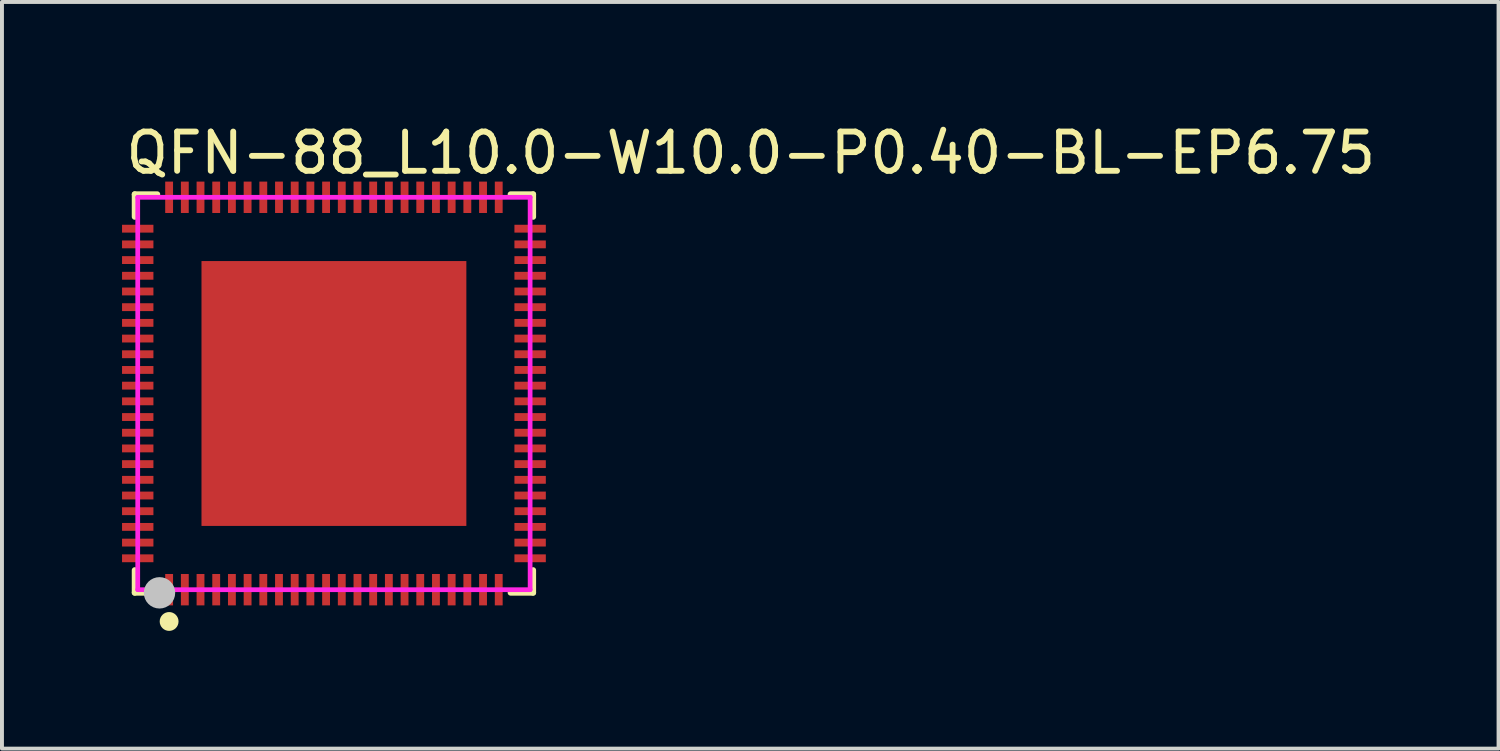
<source format=kicad_pcb>
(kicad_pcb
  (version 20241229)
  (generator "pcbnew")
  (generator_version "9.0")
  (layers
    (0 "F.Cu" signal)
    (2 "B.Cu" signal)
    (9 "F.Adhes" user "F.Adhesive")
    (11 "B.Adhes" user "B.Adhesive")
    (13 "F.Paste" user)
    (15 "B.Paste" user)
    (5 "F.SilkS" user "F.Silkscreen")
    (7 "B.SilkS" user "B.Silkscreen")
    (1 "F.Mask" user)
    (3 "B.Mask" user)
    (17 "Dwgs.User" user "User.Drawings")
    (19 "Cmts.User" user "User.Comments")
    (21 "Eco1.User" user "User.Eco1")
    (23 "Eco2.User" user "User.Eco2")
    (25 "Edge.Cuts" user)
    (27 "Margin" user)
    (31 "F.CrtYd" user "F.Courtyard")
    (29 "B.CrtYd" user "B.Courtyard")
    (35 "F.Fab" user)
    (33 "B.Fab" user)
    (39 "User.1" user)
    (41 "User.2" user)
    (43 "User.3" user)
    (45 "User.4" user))
  (footprint "QFN-88_L10.0-W10.0-P0.40-BL-EP6.75"
    (layer "F.Cu")
    (at 5.46 6.978)
    (property "Reference" "QFN-88_L10.0-W10.0-P0.40-BL-EP6.75" (at -5.38 -6.13 0) (layer "F.SilkS") (effects (font (size 1 1) (thickness 0.15)) (justify left)))
    (attr through_hole)
    (fp_line (start -5.076 -5.076) (end -4.503 -5.076) (stroke (width 0.152) (type solid)) (layer "F.SilkS"))
    (fp_line (start -5.076 -4.503) (end -5.076 -5.076) (stroke (width 0.152) (type solid)) (layer "F.SilkS"))
    (fp_line (start -5.076 4.503) (end -5.076 5.076) (stroke (width 0.152) (type solid)) (layer "F.SilkS"))
    (fp_line (start -5.076 5.076) (end -4.503 5.076) (stroke (width 0.152) (type solid)) (layer "F.SilkS"))
    (fp_line (start 5.076 -5.076) (end 4.503 -5.076) (stroke (width 0.152) (type solid)) (layer "F.SilkS"))
    (fp_line (start 5.076 -4.503) (end 5.076 -5.076) (stroke (width 0.152) (type solid)) (layer "F.SilkS"))
    (fp_line (start 5.076 4.503) (end 5.076 5.076) (stroke (width 0.152) (type solid)) (layer "F.SilkS"))
    (fp_line (start 5.076 5.076) (end 4.503 5.076) (stroke (width 0.152) (type solid)) (layer "F.SilkS"))
    (fp_circle (center -4.2 5.81) (end -4.08 5.81) (stroke (width 0.24) (type solid)) (fill no) (layer "F.SilkS"))
    (fp_poly (pts (xy -5.4 -4.3) (xy -4.6 -4.3) (xy -4.6 -4.1) (xy -5.4 -4.1)) (stroke (width 0.12) (type solid)) (fill yes) (layer "F.Paste"))
    (fp_poly (pts (xy -5.4 -3.9) (xy -4.6 -3.9) (xy -4.6 -3.7) (xy -5.4 -3.7)) (stroke (width 0.12) (type solid)) (fill yes) (layer "F.Paste"))
    (fp_poly (pts (xy -5.4 -3.5) (xy -4.6 -3.5) (xy -4.6 -3.3) (xy -5.4 -3.3)) (stroke (width 0.12) (type solid)) (fill yes) (layer "F.Paste"))
    (fp_poly (pts (xy -5.4 -3.1) (xy -4.6 -3.1) (xy -4.6 -2.9) (xy -5.4 -2.9)) (stroke (width 0.12) (type solid)) (fill yes) (layer "F.Paste"))
    (fp_poly (pts (xy -5.4 -2.7) (xy -4.6 -2.7) (xy -4.6 -2.5) (xy -5.4 -2.5)) (stroke (width 0.12) (type solid)) (fill yes) (layer "F.Paste"))
    (fp_poly (pts (xy -5.4 -2.3) (xy -4.6 -2.3) (xy -4.6 -2.1) (xy -5.4 -2.1)) (stroke (width 0.12) (type solid)) (fill yes) (layer "F.Paste"))
    (fp_poly (pts (xy -5.4 -1.9) (xy -4.6 -1.9) (xy -4.6 -1.7) (xy -5.4 -1.7)) (stroke (width 0.12) (type solid)) (fill yes) (layer "F.Paste"))
    (fp_poly (pts (xy -5.4 -1.5) (xy -4.6 -1.5) (xy -4.6 -1.3) (xy -5.4 -1.3)) (stroke (width 0.12) (type solid)) (fill yes) (layer "F.Paste"))
    (fp_poly (pts (xy -5.4 -1.1) (xy -4.6 -1.1) (xy -4.6 -0.9) (xy -5.4 -0.9)) (stroke (width 0.12) (type solid)) (fill yes) (layer "F.Paste"))
    (fp_poly (pts (xy -5.4 -0.7) (xy -4.6 -0.7) (xy -4.6 -0.5) (xy -5.4 -0.5)) (stroke (width 0.12) (type solid)) (fill yes) (layer "F.Paste"))
    (fp_poly (pts (xy -5.4 -0.3) (xy -4.6 -0.3) (xy -4.6 -0.1) (xy -5.4 -0.1)) (stroke (width 0.12) (type solid)) (fill yes) (layer "F.Paste"))
    (fp_poly (pts (xy -5.4 0.1) (xy -4.6 0.1) (xy -4.6 0.3) (xy -5.4 0.3)) (stroke (width 0.12) (type solid)) (fill yes) (layer "F.Paste"))
    (fp_poly (pts (xy -5.4 0.5) (xy -4.6 0.5) (xy -4.6 0.7) (xy -5.4 0.7)) (stroke (width 0.12) (type solid)) (fill yes) (layer "F.Paste"))
    (fp_poly (pts (xy -5.4 0.9) (xy -4.6 0.9) (xy -4.6 1.1) (xy -5.4 1.1)) (stroke (width 0.12) (type solid)) (fill yes) (layer "F.Paste"))
    (fp_poly (pts (xy -5.4 1.3) (xy -4.6 1.3) (xy -4.6 1.5) (xy -5.4 1.5)) (stroke (width 0.12) (type solid)) (fill yes) (layer "F.Paste"))
    (fp_poly (pts (xy -5.4 1.7) (xy -4.6 1.7) (xy -4.6 1.9) (xy -5.4 1.9)) (stroke (width 0.12) (type solid)) (fill yes) (layer "F.Paste"))
    (fp_poly (pts (xy -5.4 2.1) (xy -4.6 2.1) (xy -4.6 2.3) (xy -5.4 2.3)) (stroke (width 0.12) (type solid)) (fill yes) (layer "F.Paste"))
    (fp_poly (pts (xy -5.4 2.5) (xy -4.6 2.5) (xy -4.6 2.7) (xy -5.4 2.7)) (stroke (width 0.12) (type solid)) (fill yes) (layer "F.Paste"))
    (fp_poly (pts (xy -5.4 2.9) (xy -4.6 2.9) (xy -4.6 3.1) (xy -5.4 3.1)) (stroke (width 0.12) (type solid)) (fill yes) (layer "F.Paste"))
    (fp_poly (pts (xy -5.4 3.3) (xy -4.6 3.3) (xy -4.6 3.5) (xy -5.4 3.5)) (stroke (width 0.12) (type solid)) (fill yes) (layer "F.Paste"))
    (fp_poly (pts (xy -5.4 3.7) (xy -4.6 3.7) (xy -4.6 3.9) (xy -5.4 3.9)) (stroke (width 0.12) (type solid)) (fill yes) (layer "F.Paste"))
    (fp_poly (pts (xy -5.4 4.1) (xy -4.6 4.1) (xy -4.6 4.3) (xy -5.4 4.3)) (stroke (width 0.12) (type solid)) (fill yes) (layer "F.Paste"))
    (fp_poly (pts (xy -4.3 -5.4) (xy -4.1 -5.4) (xy -4.1 -4.6) (xy -4.3 -4.6)) (stroke (width 0.12) (type solid)) (fill yes) (layer "F.Paste"))
    (fp_poly (pts (xy -4.3 4.6) (xy -4.1 4.6) (xy -4.1 5.4) (xy -4.3 5.4)) (stroke (width 0.12) (type solid)) (fill yes) (layer "F.Paste"))
    (fp_poly (pts (xy -3.9 -5.4) (xy -3.7 -5.4) (xy -3.7 -4.6) (xy -3.9 -4.6)) (stroke (width 0.12) (type solid)) (fill yes) (layer "F.Paste"))
    (fp_poly (pts (xy -3.9 4.6) (xy -3.7 4.6) (xy -3.7 5.4) (xy -3.9 5.4)) (stroke (width 0.12) (type solid)) (fill yes) (layer "F.Paste"))
    (fp_poly (pts (xy -3.5 -5.4) (xy -3.3 -5.4) (xy -3.3 -4.6) (xy -3.5 -4.6)) (stroke (width 0.12) (type solid)) (fill yes) (layer "F.Paste"))
    (fp_poly (pts (xy -3.5 4.6) (xy -3.3 4.6) (xy -3.3 5.4) (xy -3.5 5.4)) (stroke (width 0.12) (type solid)) (fill yes) (layer "F.Paste"))
    (fp_poly (pts (xy -3.1 -5.4) (xy -2.9 -5.4) (xy -2.9 -4.6) (xy -3.1 -4.6)) (stroke (width 0.12) (type solid)) (fill yes) (layer "F.Paste"))
    (fp_poly (pts (xy -3.1 4.6) (xy -2.9 4.6) (xy -2.9 5.4) (xy -3.1 5.4)) (stroke (width 0.12) (type solid)) (fill yes) (layer "F.Paste"))
    (fp_poly (pts (xy -2.7 -5.4) (xy -2.5 -5.4) (xy -2.5 -4.6) (xy -2.7 -4.6)) (stroke (width 0.12) (type solid)) (fill yes) (layer "F.Paste"))
    (fp_poly (pts (xy -2.7 -2.7) (xy 2.7 -2.7) (xy 2.7 2.7) (xy -2.7 2.7)) (stroke (width 0.12) (type solid)) (fill yes) (layer "F.Paste"))
    (fp_poly (pts (xy -2.7 4.6) (xy -2.5 4.6) (xy -2.5 5.4) (xy -2.7 5.4)) (stroke (width 0.12) (type solid)) (fill yes) (layer "F.Paste"))
    (fp_poly (pts (xy -2.3 -5.4) (xy -2.1 -5.4) (xy -2.1 -4.6) (xy -2.3 -4.6)) (stroke (width 0.12) (type solid)) (fill yes) (layer "F.Paste"))
    (fp_poly (pts (xy -2.3 4.6) (xy -2.1 4.6) (xy -2.1 5.4) (xy -2.3 5.4)) (stroke (width 0.12) (type solid)) (fill yes) (layer "F.Paste"))
    (fp_poly (pts (xy -1.9 -5.4) (xy -1.7 -5.4) (xy -1.7 -4.6) (xy -1.9 -4.6)) (stroke (width 0.12) (type solid)) (fill yes) (layer "F.Paste"))
    (fp_poly (pts (xy -1.9 4.6) (xy -1.7 4.6) (xy -1.7 5.4) (xy -1.9 5.4)) (stroke (width 0.12) (type solid)) (fill yes) (layer "F.Paste"))
    (fp_poly (pts (xy -1.5 -5.4) (xy -1.3 -5.4) (xy -1.3 -4.6) (xy -1.5 -4.6)) (stroke (width 0.12) (type solid)) (fill yes) (layer "F.Paste"))
    (fp_poly (pts (xy -1.5 4.6) (xy -1.3 4.6) (xy -1.3 5.4) (xy -1.5 5.4)) (stroke (width 0.12) (type solid)) (fill yes) (layer "F.Paste"))
    (fp_poly (pts (xy -1.1 -5.4) (xy -0.9 -5.4) (xy -0.9 -4.6) (xy -1.1 -4.6)) (stroke (width 0.12) (type solid)) (fill yes) (layer "F.Paste"))
    (fp_poly (pts (xy -1.1 4.6) (xy -0.9 4.6) (xy -0.9 5.4) (xy -1.1 5.4)) (stroke (width 0.12) (type solid)) (fill yes) (layer "F.Paste"))
    (fp_poly (pts (xy -0.7 -5.4) (xy -0.5 -5.4) (xy -0.5 -4.6) (xy -0.7 -4.6)) (stroke (width 0.12) (type solid)) (fill yes) (layer "F.Paste"))
    (fp_poly (pts (xy -0.7 4.6) (xy -0.5 4.6) (xy -0.5 5.4) (xy -0.7 5.4)) (stroke (width 0.12) (type solid)) (fill yes) (layer "F.Paste"))
    (fp_poly (pts (xy -0.3 -5.4) (xy -0.1 -5.4) (xy -0.1 -4.6) (xy -0.3 -4.6)) (stroke (width 0.12) (type solid)) (fill yes) (layer "F.Paste"))
    (fp_poly (pts (xy -0.3 4.6) (xy -0.1 4.6) (xy -0.1 5.4) (xy -0.3 5.4)) (stroke (width 0.12) (type solid)) (fill yes) (layer "F.Paste"))
    (fp_poly (pts (xy 0.1 -5.4) (xy 0.3 -5.4) (xy 0.3 -4.6) (xy 0.1 -4.6)) (stroke (width 0.12) (type solid)) (fill yes) (layer "F.Paste"))
    (fp_poly (pts (xy 0.1 4.6) (xy 0.3 4.6) (xy 0.3 5.4) (xy 0.1 5.4)) (stroke (width 0.12) (type solid)) (fill yes) (layer "F.Paste"))
    (fp_poly (pts (xy 0.5 -5.4) (xy 0.7 -5.4) (xy 0.7 -4.6) (xy 0.5 -4.6)) (stroke (width 0.12) (type solid)) (fill yes) (layer "F.Paste"))
    (fp_poly (pts (xy 0.5 4.6) (xy 0.7 4.6) (xy 0.7 5.4) (xy 0.5 5.4)) (stroke (width 0.12) (type solid)) (fill yes) (layer "F.Paste"))
    (fp_poly (pts (xy 0.9 -5.4) (xy 1.1 -5.4) (xy 1.1 -4.6) (xy 0.9 -4.6)) (stroke (width 0.12) (type solid)) (fill yes) (layer "F.Paste"))
    (fp_poly (pts (xy 0.9 4.6) (xy 1.1 4.6) (xy 1.1 5.4) (xy 0.9 5.4)) (stroke (width 0.12) (type solid)) (fill yes) (layer "F.Paste"))
    (fp_poly (pts (xy 1.3 -5.4) (xy 1.5 -5.4) (xy 1.5 -4.6) (xy 1.3 -4.6)) (stroke (width 0.12) (type solid)) (fill yes) (layer "F.Paste"))
    (fp_poly (pts (xy 1.3 4.6) (xy 1.5 4.6) (xy 1.5 5.4) (xy 1.3 5.4)) (stroke (width 0.12) (type solid)) (fill yes) (layer "F.Paste"))
    (fp_poly (pts (xy 1.7 -5.4) (xy 1.9 -5.4) (xy 1.9 -4.6) (xy 1.7 -4.6)) (stroke (width 0.12) (type solid)) (fill yes) (layer "F.Paste"))
    (fp_poly (pts (xy 1.7 4.6) (xy 1.9 4.6) (xy 1.9 5.4) (xy 1.7 5.4)) (stroke (width 0.12) (type solid)) (fill yes) (layer "F.Paste"))
    (fp_poly (pts (xy 2.1 -5.4) (xy 2.3 -5.4) (xy 2.3 -4.6) (xy 2.1 -4.6)) (stroke (width 0.12) (type solid)) (fill yes) (layer "F.Paste"))
    (fp_poly (pts (xy 2.1 4.6) (xy 2.3 4.6) (xy 2.3 5.4) (xy 2.1 5.4)) (stroke (width 0.12) (type solid)) (fill yes) (layer "F.Paste"))
    (fp_poly (pts (xy 2.5 -5.4) (xy 2.7 -5.4) (xy 2.7 -4.6) (xy 2.5 -4.6)) (stroke (width 0.12) (type solid)) (fill yes) (layer "F.Paste"))
    (fp_poly (pts (xy 2.5 4.6) (xy 2.7 4.6) (xy 2.7 5.4) (xy 2.5 5.4)) (stroke (width 0.12) (type solid)) (fill yes) (layer "F.Paste"))
    (fp_poly (pts (xy 2.9 -5.4) (xy 3.1 -5.4) (xy 3.1 -4.6) (xy 2.9 -4.6)) (stroke (width 0.12) (type solid)) (fill yes) (layer "F.Paste"))
    (fp_poly (pts (xy 2.9 4.6) (xy 3.1 4.6) (xy 3.1 5.4) (xy 2.9 5.4)) (stroke (width 0.12) (type solid)) (fill yes) (layer "F.Paste"))
    (fp_poly (pts (xy 3.3 -5.4) (xy 3.5 -5.4) (xy 3.5 -4.6) (xy 3.3 -4.6)) (stroke (width 0.12) (type solid)) (fill yes) (layer "F.Paste"))
    (fp_poly (pts (xy 3.3 4.6) (xy 3.5 4.6) (xy 3.5 5.4) (xy 3.3 5.4)) (stroke (width 0.12) (type solid)) (fill yes) (layer "F.Paste"))
    (fp_poly (pts (xy 3.7 -5.4) (xy 3.9 -5.4) (xy 3.9 -4.6) (xy 3.7 -4.6)) (stroke (width 0.12) (type solid)) (fill yes) (layer "F.Paste"))
    (fp_poly (pts (xy 3.7 4.6) (xy 3.9 4.6) (xy 3.9 5.4) (xy 3.7 5.4)) (stroke (width 0.12) (type solid)) (fill yes) (layer "F.Paste"))
    (fp_poly (pts (xy 4.1 -5.4) (xy 4.3 -5.4) (xy 4.3 -4.6) (xy 4.1 -4.6)) (stroke (width 0.12) (type solid)) (fill yes) (layer "F.Paste"))
    (fp_poly (pts (xy 4.1 4.6) (xy 4.3 4.6) (xy 4.3 5.4) (xy 4.1 5.4)) (stroke (width 0.12) (type solid)) (fill yes) (layer "F.Paste"))
    (fp_poly (pts (xy 4.6 -4.3) (xy 5.4 -4.3) (xy 5.4 -4.1) (xy 4.6 -4.1)) (stroke (width 0.12) (type solid)) (fill yes) (layer "F.Paste"))
    (fp_poly (pts (xy 4.6 -3.9) (xy 5.4 -3.9) (xy 5.4 -3.7) (xy 4.6 -3.7)) (stroke (width 0.12) (type solid)) (fill yes) (layer "F.Paste"))
    (fp_poly (pts (xy 4.6 -3.5) (xy 5.4 -3.5) (xy 5.4 -3.3) (xy 4.6 -3.3)) (stroke (width 0.12) (type solid)) (fill yes) (layer "F.Paste"))
    (fp_poly (pts (xy 4.6 -3.1) (xy 5.4 -3.1) (xy 5.4 -2.9) (xy 4.6 -2.9)) (stroke (width 0.12) (type solid)) (fill yes) (layer "F.Paste"))
    (fp_poly (pts (xy 4.6 -2.7) (xy 5.4 -2.7) (xy 5.4 -2.5) (xy 4.6 -2.5)) (stroke (width 0.12) (type solid)) (fill yes) (layer "F.Paste"))
    (fp_poly (pts (xy 4.6 -2.3) (xy 5.4 -2.3) (xy 5.4 -2.1) (xy 4.6 -2.1)) (stroke (width 0.12) (type solid)) (fill yes) (layer "F.Paste"))
    (fp_poly (pts (xy 4.6 -1.9) (xy 5.4 -1.9) (xy 5.4 -1.7) (xy 4.6 -1.7)) (stroke (width 0.12) (type solid)) (fill yes) (layer "F.Paste"))
    (fp_poly (pts (xy 4.6 -1.5) (xy 5.4 -1.5) (xy 5.4 -1.3) (xy 4.6 -1.3)) (stroke (width 0.12) (type solid)) (fill yes) (layer "F.Paste"))
    (fp_poly (pts (xy 4.6 -1.1) (xy 5.4 -1.1) (xy 5.4 -0.9) (xy 4.6 -0.9)) (stroke (width 0.12) (type solid)) (fill yes) (layer "F.Paste"))
    (fp_poly (pts (xy 4.6 -0.7) (xy 5.4 -0.7) (xy 5.4 -0.5) (xy 4.6 -0.5)) (stroke (width 0.12) (type solid)) (fill yes) (layer "F.Paste"))
    (fp_poly (pts (xy 4.6 -0.3) (xy 5.4 -0.3) (xy 5.4 -0.1) (xy 4.6 -0.1)) (stroke (width 0.12) (type solid)) (fill yes) (layer "F.Paste"))
    (fp_poly (pts (xy 4.6 0.1) (xy 5.4 0.1) (xy 5.4 0.3) (xy 4.6 0.3)) (stroke (width 0.12) (type solid)) (fill yes) (layer "F.Paste"))
    (fp_poly (pts (xy 4.6 0.5) (xy 5.4 0.5) (xy 5.4 0.7) (xy 4.6 0.7)) (stroke (width 0.12) (type solid)) (fill yes) (layer "F.Paste"))
    (fp_poly (pts (xy 4.6 0.9) (xy 5.4 0.9) (xy 5.4 1.1) (xy 4.6 1.1)) (stroke (width 0.12) (type solid)) (fill yes) (layer "F.Paste"))
    (fp_poly (pts (xy 4.6 1.3) (xy 5.4 1.3) (xy 5.4 1.5) (xy 4.6 1.5)) (stroke (width 0.12) (type solid)) (fill yes) (layer "F.Paste"))
    (fp_poly (pts (xy 4.6 1.7) (xy 5.4 1.7) (xy 5.4 1.9) (xy 4.6 1.9)) (stroke (width 0.12) (type solid)) (fill yes) (layer "F.Paste"))
    (fp_poly (pts (xy 4.6 2.1) (xy 5.4 2.1) (xy 5.4 2.3) (xy 4.6 2.3)) (stroke (width 0.12) (type solid)) (fill yes) (layer "F.Paste"))
    (fp_poly (pts (xy 4.6 2.5) (xy 5.4 2.5) (xy 5.4 2.7) (xy 4.6 2.7)) (stroke (width 0.12) (type solid)) (fill yes) (layer "F.Paste"))
    (fp_poly (pts (xy 4.6 2.9) (xy 5.4 2.9) (xy 5.4 3.1) (xy 4.6 3.1)) (stroke (width 0.12) (type solid)) (fill yes) (layer "F.Paste"))
    (fp_poly (pts (xy 4.6 3.3) (xy 5.4 3.3) (xy 5.4 3.5) (xy 4.6 3.5)) (stroke (width 0.12) (type solid)) (fill yes) (layer "F.Paste"))
    (fp_poly (pts (xy 4.6 3.7) (xy 5.4 3.7) (xy 5.4 3.9) (xy 4.6 3.9)) (stroke (width 0.12) (type solid)) (fill yes) (layer "F.Paste"))
    (fp_poly (pts (xy 4.6 4.1) (xy 5.4 4.1) (xy 5.4 4.3) (xy 4.6 4.3)) (stroke (width 0.12) (type solid)) (fill yes) (layer "F.Paste"))
    (fp_circle (center -4.445 5.08) (end -4.245 5.08) (stroke (width 0.4) (type solid)) (fill no) (layer "Dwgs.User"))
    (fp_circle (center -5 5) (end -4.97 5) (stroke (width 0.06) (type solid)) (fill no) (layer "Eco2.User"))
    (fp_poly (pts (xy -4.6 -4.1) (xy -4.6 -4.3) (xy -5 -4.3) (xy -5 -4.1)) (stroke (width 0.12) (type solid)) (fill no) (layer "Eco2.User"))
    (fp_poly (pts (xy -4.6 -3.7) (xy -4.6 -3.9) (xy -5 -3.9) (xy -5 -3.7)) (stroke (width 0.12) (type solid)) (fill no) (layer "Eco2.User"))
    (fp_poly (pts (xy -4.6 -3.3) (xy -4.6 -3.5) (xy -5 -3.5) (xy -5 -3.3)) (stroke (width 0.12) (type solid)) (fill no) (layer "Eco2.User"))
    (fp_poly (pts (xy -4.6 -2.9) (xy -4.6 -3.1) (xy -5 -3.1) (xy -5 -2.9)) (stroke (width 0.12) (type solid)) (fill no) (layer "Eco2.User"))
    (fp_poly (pts (xy -4.6 -2.5) (xy -4.6 -2.7) (xy -5 -2.7) (xy -5 -2.5)) (stroke (width 0.12) (type solid)) (fill no) (layer "Eco2.User"))
    (fp_poly (pts (xy -4.6 -2.1) (xy -4.6 -2.3) (xy -5 -2.3) (xy -5 -2.1)) (stroke (width 0.12) (type solid)) (fill no) (layer "Eco2.User"))
    (fp_poly (pts (xy -4.6 -1.7) (xy -4.6 -1.9) (xy -5 -1.9) (xy -5 -1.7)) (stroke (width 0.12) (type solid)) (fill no) (layer "Eco2.User"))
    (fp_poly (pts (xy -4.6 -1.3) (xy -4.6 -1.5) (xy -5 -1.5) (xy -5 -1.3)) (stroke (width 0.12) (type solid)) (fill no) (layer "Eco2.User"))
    (fp_poly (pts (xy -4.6 -0.9) (xy -4.6 -1.1) (xy -5 -1.1) (xy -5 -0.9)) (stroke (width 0.12) (type solid)) (fill no) (layer "Eco2.User"))
    (fp_poly (pts (xy -4.6 -0.5) (xy -4.6 -0.7) (xy -5 -0.7) (xy -5 -0.5)) (stroke (width 0.12) (type solid)) (fill no) (layer "Eco2.User"))
    (fp_poly (pts (xy -4.6 -0.1) (xy -4.6 -0.3) (xy -5 -0.3) (xy -5 -0.1)) (stroke (width 0.12) (type solid)) (fill no) (layer "Eco2.User"))
    (fp_poly (pts (xy -4.6 0.3) (xy -4.6 0.1) (xy -5 0.1) (xy -5 0.3)) (stroke (width 0.12) (type solid)) (fill no) (layer "Eco2.User"))
    (fp_poly (pts (xy -4.6 0.7) (xy -4.6 0.5) (xy -5 0.5) (xy -5 0.7)) (stroke (width 0.12) (type solid)) (fill no) (layer "Eco2.User"))
    (fp_poly (pts (xy -4.6 1.1) (xy -4.6 0.9) (xy -5 0.9) (xy -5 1.1)) (stroke (width 0.12) (type solid)) (fill no) (layer "Eco2.User"))
    (fp_poly (pts (xy -4.6 1.5) (xy -4.6 1.3) (xy -5 1.3) (xy -5 1.5)) (stroke (width 0.12) (type solid)) (fill no) (layer "Eco2.User"))
    (fp_poly (pts (xy -4.6 1.9) (xy -4.6 1.7) (xy -5 1.7) (xy -5 1.9)) (stroke (width 0.12) (type solid)) (fill no) (layer "Eco2.User"))
    (fp_poly (pts (xy -4.6 2.3) (xy -4.6 2.1) (xy -5 2.1) (xy -5 2.3)) (stroke (width 0.12) (type solid)) (fill no) (layer "Eco2.User"))
    (fp_poly (pts (xy -4.6 2.7) (xy -4.6 2.5) (xy -5 2.5) (xy -5 2.7)) (stroke (width 0.12) (type solid)) (fill no) (layer "Eco2.User"))
    (fp_poly (pts (xy -4.6 3.1) (xy -4.6 2.9) (xy -5 2.9) (xy -5 3.1)) (stroke (width 0.12) (type solid)) (fill no) (layer "Eco2.User"))
    (fp_poly (pts (xy -4.6 3.5) (xy -4.6 3.3) (xy -5 3.3) (xy -5 3.5)) (stroke (width 0.12) (type solid)) (fill no) (layer "Eco2.User"))
    (fp_poly (pts (xy -4.6 3.9) (xy -4.6 3.7) (xy -5 3.7) (xy -5 3.9)) (stroke (width 0.12) (type solid)) (fill no) (layer "Eco2.User"))
    (fp_poly (pts (xy -4.6 4.3) (xy -4.6 4.1) (xy -5 4.1) (xy -5 4.3)) (stroke (width 0.12) (type solid)) (fill no) (layer "Eco2.User"))
    (fp_poly (pts (xy -4.3 -5) (xy -4.3 -4.6) (xy -4.1 -4.6) (xy -4.1 -5)) (stroke (width 0.12) (type solid)) (fill no) (layer "Eco2.User"))
    (fp_poly (pts (xy -4.3 5) (xy -4.3 4.6) (xy -4.1 4.6) (xy -4.1 5)) (stroke (width 0.12) (type solid)) (fill no) (layer "Eco2.User"))
    (fp_poly (pts (xy -3.9 -5) (xy -3.9 -4.6) (xy -3.7 -4.6) (xy -3.7 -5)) (stroke (width 0.12) (type solid)) (fill no) (layer "Eco2.User"))
    (fp_poly (pts (xy -3.9 5) (xy -3.9 4.6) (xy -3.7 4.6) (xy -3.7 5)) (stroke (width 0.12) (type solid)) (fill no) (layer "Eco2.User"))
    (fp_poly (pts (xy -3.5 -5) (xy -3.5 -4.6) (xy -3.3 -4.6) (xy -3.3 -5)) (stroke (width 0.12) (type solid)) (fill no) (layer "Eco2.User"))
    (fp_poly (pts (xy -3.5 5) (xy -3.5 4.6) (xy -3.3 4.6) (xy -3.3 5)) (stroke (width 0.12) (type solid)) (fill no) (layer "Eco2.User"))
    (fp_poly (pts (xy -3.1 -5) (xy -3.1 -4.6) (xy -2.9 -4.6) (xy -2.9 -5)) (stroke (width 0.12) (type solid)) (fill no) (layer "Eco2.User"))
    (fp_poly (pts (xy -3.1 5) (xy -3.1 4.6) (xy -2.9 4.6) (xy -2.9 5)) (stroke (width 0.12) (type solid)) (fill no) (layer "Eco2.User"))
    (fp_poly (pts (xy -2.7 -5) (xy -2.7 -4.6) (xy -2.5 -4.6) (xy -2.5 -5)) (stroke (width 0.12) (type solid)) (fill no) (layer "Eco2.User"))
    (fp_poly (pts (xy -2.7 5) (xy -2.7 4.6) (xy -2.5 4.6) (xy -2.5 5)) (stroke (width 0.12) (type solid)) (fill no) (layer "Eco2.User"))
    (fp_poly (pts (xy -2.3 -5) (xy -2.3 -4.6) (xy -2.1 -4.6) (xy -2.1 -5)) (stroke (width 0.12) (type solid)) (fill no) (layer "Eco2.User"))
    (fp_poly (pts (xy -2.3 5) (xy -2.3 4.6) (xy -2.1 4.6) (xy -2.1 5)) (stroke (width 0.12) (type solid)) (fill no) (layer "Eco2.User"))
    (fp_poly (pts (xy -1.9 -5) (xy -1.9 -4.6) (xy -1.7 -4.6) (xy -1.7 -5)) (stroke (width 0.12) (type solid)) (fill no) (layer "Eco2.User"))
    (fp_poly (pts (xy -1.9 5) (xy -1.9 4.6) (xy -1.7 4.6) (xy -1.7 5)) (stroke (width 0.12) (type solid)) (fill no) (layer "Eco2.User"))
    (fp_poly (pts (xy -1.5 -5) (xy -1.5 -4.6) (xy -1.3 -4.6) (xy -1.3 -5)) (stroke (width 0.12) (type solid)) (fill no) (layer "Eco2.User"))
    (fp_poly (pts (xy -1.5 5) (xy -1.5 4.6) (xy -1.3 4.6) (xy -1.3 5)) (stroke (width 0.12) (type solid)) (fill no) (layer "Eco2.User"))
    (fp_poly (pts (xy -1.1 -5) (xy -1.1 -4.6) (xy -0.9 -4.6) (xy -0.9 -5)) (stroke (width 0.12) (type solid)) (fill no) (layer "Eco2.User"))
    (fp_poly (pts (xy -1.1 5) (xy -1.1 4.6) (xy -0.9 4.6) (xy -0.9 5)) (stroke (width 0.12) (type solid)) (fill no) (layer "Eco2.User"))
    (fp_poly (pts (xy -0.7 -5) (xy -0.7 -4.6) (xy -0.5 -4.6) (xy -0.5 -5)) (stroke (width 0.12) (type solid)) (fill no) (layer "Eco2.User"))
    (fp_poly (pts (xy -0.7 5) (xy -0.7 4.6) (xy -0.5 4.6) (xy -0.5 5)) (stroke (width 0.12) (type solid)) (fill no) (layer "Eco2.User"))
    (fp_poly (pts (xy -0.3 -5) (xy -0.3 -4.6) (xy -0.1 -4.6) (xy -0.1 -5)) (stroke (width 0.12) (type solid)) (fill no) (layer "Eco2.User"))
    (fp_poly (pts (xy -0.3 5) (xy -0.3 4.6) (xy -0.1 4.6) (xy -0.1 5)) (stroke (width 0.12) (type solid)) (fill no) (layer "Eco2.User"))
    (fp_poly (pts (xy 0.1 -5) (xy 0.1 -4.6) (xy 0.3 -4.6) (xy 0.3 -5)) (stroke (width 0.12) (type solid)) (fill no) (layer "Eco2.User"))
    (fp_poly (pts (xy 0.1 5) (xy 0.1 4.6) (xy 0.3 4.6) (xy 0.3 5)) (stroke (width 0.12) (type solid)) (fill no) (layer "Eco2.User"))
    (fp_poly (pts (xy 0.5 -5) (xy 0.5 -4.6) (xy 0.7 -4.6) (xy 0.7 -5)) (stroke (width 0.12) (type solid)) (fill no) (layer "Eco2.User"))
    (fp_poly (pts (xy 0.5 5) (xy 0.5 4.6) (xy 0.7 4.6) (xy 0.7 5)) (stroke (width 0.12) (type solid)) (fill no) (layer "Eco2.User"))
    (fp_poly (pts (xy 0.9 -5) (xy 0.9 -4.6) (xy 1.1 -4.6) (xy 1.1 -5)) (stroke (width 0.12) (type solid)) (fill no) (layer "Eco2.User"))
    (fp_poly (pts (xy 0.9 5) (xy 0.9 4.6) (xy 1.1 4.6) (xy 1.1 5)) (stroke (width 0.12) (type solid)) (fill no) (layer "Eco2.User"))
    (fp_poly (pts (xy 1.3 -5) (xy 1.3 -4.6) (xy 1.5 -4.6) (xy 1.5 -5)) (stroke (width 0.12) (type solid)) (fill no) (layer "Eco2.User"))
    (fp_poly (pts (xy 1.3 5) (xy 1.3 4.6) (xy 1.5 4.6) (xy 1.5 5)) (stroke (width 0.12) (type solid)) (fill no) (layer "Eco2.User"))
    (fp_poly (pts (xy 1.7 -5) (xy 1.7 -4.6) (xy 1.9 -4.6) (xy 1.9 -5)) (stroke (width 0.12) (type solid)) (fill no) (layer "Eco2.User"))
    (fp_poly (pts (xy 1.7 5) (xy 1.7 4.6) (xy 1.9 4.6) (xy 1.9 5)) (stroke (width 0.12) (type solid)) (fill no) (layer "Eco2.User"))
    (fp_poly (pts (xy 2.1 -5) (xy 2.1 -4.6) (xy 2.3 -4.6) (xy 2.3 -5)) (stroke (width 0.12) (type solid)) (fill no) (layer "Eco2.User"))
    (fp_poly (pts (xy 2.1 5) (xy 2.1 4.6) (xy 2.3 4.6) (xy 2.3 5)) (stroke (width 0.12) (type solid)) (fill no) (layer "Eco2.User"))
    (fp_poly (pts (xy 2.5 -5) (xy 2.5 -4.6) (xy 2.7 -4.6) (xy 2.7 -5)) (stroke (width 0.12) (type solid)) (fill no) (layer "Eco2.User"))
    (fp_poly (pts (xy 2.5 5) (xy 2.5 4.6) (xy 2.7 4.6) (xy 2.7 5)) (stroke (width 0.12) (type solid)) (fill no) (layer "Eco2.User"))
    (fp_poly (pts (xy 2.9 -5) (xy 2.9 -4.6) (xy 3.1 -4.6) (xy 3.1 -5)) (stroke (width 0.12) (type solid)) (fill no) (layer "Eco2.User"))
    (fp_poly (pts (xy 2.9 5) (xy 2.9 4.6) (xy 3.1 4.6) (xy 3.1 5)) (stroke (width 0.12) (type solid)) (fill no) (layer "Eco2.User"))
    (fp_poly (pts (xy 3.3 -5) (xy 3.3 -4.6) (xy 3.5 -4.6) (xy 3.5 -5)) (stroke (width 0.12) (type solid)) (fill no) (layer "Eco2.User"))
    (fp_poly (pts (xy 3.3 5) (xy 3.3 4.6) (xy 3.5 4.6) (xy 3.5 5)) (stroke (width 0.12) (type solid)) (fill no) (layer "Eco2.User"))
    (fp_poly (pts (xy 3.7 -5) (xy 3.7 -4.6) (xy 3.9 -4.6) (xy 3.9 -5)) (stroke (width 0.12) (type solid)) (fill no) (layer "Eco2.User"))
    (fp_poly (pts (xy 3.7 5) (xy 3.7 4.6) (xy 3.9 4.6) (xy 3.9 5)) (stroke (width 0.12) (type solid)) (fill no) (layer "Eco2.User"))
    (fp_poly (pts (xy 4.1 -5) (xy 4.1 -4.6) (xy 4.3 -4.6) (xy 4.3 -5)) (stroke (width 0.12) (type solid)) (fill no) (layer "Eco2.User"))
    (fp_poly (pts (xy 4.1 5) (xy 4.1 4.6) (xy 4.3 4.6) (xy 4.3 5)) (stroke (width 0.12) (type solid)) (fill no) (layer "Eco2.User"))
    (fp_poly (pts (xy 4.6 -4.1) (xy 4.6 -4.3) (xy 5 -4.3) (xy 5 -4.1)) (stroke (width 0.12) (type solid)) (fill no) (layer "Eco2.User"))
    (fp_poly (pts (xy 4.6 -3.7) (xy 4.6 -3.9) (xy 5 -3.9) (xy 5 -3.7)) (stroke (width 0.12) (type solid)) (fill no) (layer "Eco2.User"))
    (fp_poly (pts (xy 4.6 -3.3) (xy 4.6 -3.5) (xy 5 -3.5) (xy 5 -3.3)) (stroke (width 0.12) (type solid)) (fill no) (layer "Eco2.User"))
    (fp_poly (pts (xy 4.6 -2.9) (xy 4.6 -3.1) (xy 5 -3.1) (xy 5 -2.9)) (stroke (width 0.12) (type solid)) (fill no) (layer "Eco2.User"))
    (fp_poly (pts (xy 4.6 -2.5) (xy 4.6 -2.7) (xy 5 -2.7) (xy 5 -2.5)) (stroke (width 0.12) (type solid)) (fill no) (layer "Eco2.User"))
    (fp_poly (pts (xy 4.6 -2.1) (xy 4.6 -2.3) (xy 5 -2.3) (xy 5 -2.1)) (stroke (width 0.12) (type solid)) (fill no) (layer "Eco2.User"))
    (fp_poly (pts (xy 4.6 -1.7) (xy 4.6 -1.9) (xy 5 -1.9) (xy 5 -1.7)) (stroke (width 0.12) (type solid)) (fill no) (layer "Eco2.User"))
    (fp_poly (pts (xy 4.6 -1.3) (xy 4.6 -1.5) (xy 5 -1.5) (xy 5 -1.3)) (stroke (width 0.12) (type solid)) (fill no) (layer "Eco2.User"))
    (fp_poly (pts (xy 4.6 -0.9) (xy 4.6 -1.1) (xy 5 -1.1) (xy 5 -0.9)) (stroke (width 0.12) (type solid)) (fill no) (layer "Eco2.User"))
    (fp_poly (pts (xy 4.6 -0.5) (xy 4.6 -0.7) (xy 5 -0.7) (xy 5 -0.5)) (stroke (width 0.12) (type solid)) (fill no) (layer "Eco2.User"))
    (fp_poly (pts (xy 4.6 -0.1) (xy 4.6 -0.3) (xy 5 -0.3) (xy 5 -0.1)) (stroke (width 0.12) (type solid)) (fill no) (layer "Eco2.User"))
    (fp_poly (pts (xy 4.6 0.3) (xy 4.6 0.1) (xy 5 0.1) (xy 5 0.3)) (stroke (width 0.12) (type solid)) (fill no) (layer "Eco2.User"))
    (fp_poly (pts (xy 4.6 0.7) (xy 4.6 0.5) (xy 5 0.5) (xy 5 0.7)) (stroke (width 0.12) (type solid)) (fill no) (layer "Eco2.User"))
    (fp_poly (pts (xy 4.6 1.1) (xy 4.6 0.9) (xy 5 0.9) (xy 5 1.1)) (stroke (width 0.12) (type solid)) (fill no) (layer "Eco2.User"))
    (fp_poly (pts (xy 4.6 1.5) (xy 4.6 1.3) (xy 5 1.3) (xy 5 1.5)) (stroke (width 0.12) (type solid)) (fill no) (layer "Eco2.User"))
    (fp_poly (pts (xy 4.6 1.9) (xy 4.6 1.7) (xy 5 1.7) (xy 5 1.9)) (stroke (width 0.12) (type solid)) (fill no) (layer "Eco2.User"))
    (fp_poly (pts (xy 4.6 2.3) (xy 4.6 2.1) (xy 5 2.1) (xy 5 2.3)) (stroke (width 0.12) (type solid)) (fill no) (layer "Eco2.User"))
    (fp_poly (pts (xy 4.6 2.7) (xy 4.6 2.5) (xy 5 2.5) (xy 5 2.7)) (stroke (width 0.12) (type solid)) (fill no) (layer "Eco2.User"))
    (fp_poly (pts (xy 4.6 3.1) (xy 4.6 2.9) (xy 5 2.9) (xy 5 3.1)) (stroke (width 0.12) (type solid)) (fill no) (layer "Eco2.User"))
    (fp_poly (pts (xy 4.6 3.5) (xy 4.6 3.3) (xy 5 3.3) (xy 5 3.5)) (stroke (width 0.12) (type solid)) (fill no) (layer "Eco2.User"))
    (fp_poly (pts (xy 4.6 3.9) (xy 4.6 3.7) (xy 5 3.7) (xy 5 3.9)) (stroke (width 0.12) (type solid)) (fill no) (layer "Eco2.User"))
    (fp_poly (pts (xy 4.6 4.3) (xy 4.6 4.1) (xy 5 4.1) (xy 5 4.3)) (stroke (width 0.12) (type solid)) (fill no) (layer "Eco2.User"))
    (fp_poly (pts (xy -3.37 3) (xy -3.37 -3.37) (xy 3.37 -3.37) (xy 3.37 3.37) (xy -3 3.37)) (stroke (width 0.12) (type solid)) (fill no) (layer "Eco2.User"))
    (fp_line (start -5 -5) (end 5 -5) (stroke (width 0.12) (type solid)) (layer "F.CrtYd"))
    (fp_line (start -5 5) (end -5 -5) (stroke (width 0.12) (type solid)) (layer "F.CrtYd"))
    (fp_line (start 5 -5) (end 5 5) (stroke (width 0.12) (type solid)) (layer "F.CrtYd"))
    (fp_line (start 5 5) (end -5 5) (stroke (width 0.12) (type solid)) (layer "F.CrtYd"))
    (pad "1" smd rect (at -4.2 5) (size 0.2 0.8) (layers "F.Cu" "F.Mask" "F.Paste"))
    (pad "2" smd rect (at -3.8 5) (size 0.2 0.8) (layers "F.Cu" "F.Mask" "F.Paste"))
    (pad "3" smd rect (at -3.4 5) (size 0.2 0.8) (layers "F.Cu" "F.Mask" "F.Paste"))
    (pad "4" smd rect (at -3 5) (size 0.2 0.8) (layers "F.Cu" "F.Mask" "F.Paste"))
    (pad "5" smd rect (at -2.6 5) (size 0.2 0.8) (layers "F.Cu" "F.Mask" "F.Paste"))
    (pad "6" smd rect (at -2.2 5) (size 0.2 0.8) (layers "F.Cu" "F.Mask" "F.Paste"))
    (pad "7" smd rect (at -1.8 5) (size 0.2 0.8) (layers "F.Cu" "F.Mask" "F.Paste"))
    (pad "8" smd rect (at -1.4 5) (size 0.2 0.8) (layers "F.Cu" "F.Mask" "F.Paste"))
    (pad "9" smd rect (at -1 5) (size 0.2 0.8) (layers "F.Cu" "F.Mask" "F.Paste"))
    (pad "10" smd rect (at -0.6 5) (size 0.2 0.8) (layers "F.Cu" "F.Mask" "F.Paste"))
    (pad "11" smd rect (at -0.2 5) (size 0.2 0.8) (layers "F.Cu" "F.Mask" "F.Paste"))
    (pad "12" smd rect (at 0.2 5) (size 0.2 0.8) (layers "F.Cu" "F.Mask" "F.Paste"))
    (pad "13" smd rect (at 0.6 5) (size 0.2 0.8) (layers "F.Cu" "F.Mask" "F.Paste"))
    (pad "14" smd rect (at 1 5) (size 0.2 0.8) (layers "F.Cu" "F.Mask" "F.Paste"))
    (pad "15" smd rect (at 1.4 5) (size 0.2 0.8) (layers "F.Cu" "F.Mask" "F.Paste"))
    (pad "16" smd rect (at 1.8 5) (size 0.2 0.8) (layers "F.Cu" "F.Mask" "F.Paste"))
    (pad "17" smd rect (at 2.2 5) (size 0.2 0.8) (layers "F.Cu" "F.Mask" "F.Paste"))
    (pad "18" smd rect (at 2.6 5) (size 0.2 0.8) (layers "F.Cu" "F.Mask" "F.Paste"))
    (pad "19" smd rect (at 3 5) (size 0.2 0.8) (layers "F.Cu" "F.Mask" "F.Paste"))
    (pad "20" smd rect (at 3.4 5) (size 0.2 0.8) (layers "F.Cu" "F.Mask" "F.Paste"))
    (pad "21" smd rect (at 3.8 5) (size 0.2 0.8) (layers "F.Cu" "F.Mask" "F.Paste"))
    (pad "22" smd rect (at 4.2 5) (size 0.2 0.8) (layers "F.Cu" "F.Mask" "F.Paste"))
    (pad "23" smd rect (at 5 4.2) (size 0.8 0.2) (layers "F.Cu" "F.Mask" "F.Paste"))
    (pad "24" smd rect (at 5 3.8) (size 0.8 0.2) (layers "F.Cu" "F.Mask" "F.Paste"))
    (pad "25" smd rect (at 5 3.4) (size 0.8 0.2) (layers "F.Cu" "F.Mask" "F.Paste"))
    (pad "26" smd rect (at 5 3) (size 0.8 0.2) (layers "F.Cu" "F.Mask" "F.Paste"))
    (pad "27" smd rect (at 5 2.6) (size 0.8 0.2) (layers "F.Cu" "F.Mask" "F.Paste"))
    (pad "28" smd rect (at 5 2.2) (size 0.8 0.2) (layers "F.Cu" "F.Mask" "F.Paste"))
    (pad "29" smd rect (at 5 1.8) (size 0.8 0.2) (layers "F.Cu" "F.Mask" "F.Paste"))
    (pad "30" smd rect (at 5 1.4) (size 0.8 0.2) (layers "F.Cu" "F.Mask" "F.Paste"))
    (pad "31" smd rect (at 5 1) (size 0.8 0.2) (layers "F.Cu" "F.Mask" "F.Paste"))
    (pad "32" smd rect (at 5 0.6) (size 0.8 0.2) (layers "F.Cu" "F.Mask" "F.Paste"))
    (pad "33" smd rect (at 5 0.2) (size 0.8 0.2) (layers "F.Cu" "F.Mask" "F.Paste"))
    (pad "34" smd rect (at 5 -0.2) (size 0.8 0.2) (layers "F.Cu" "F.Mask" "F.Paste"))
    (pad "35" smd rect (at 5 -0.6) (size 0.8 0.2) (layers "F.Cu" "F.Mask" "F.Paste"))
    (pad "36" smd rect (at 5 -1) (size 0.8 0.2) (layers "F.Cu" "F.Mask" "F.Paste"))
    (pad "37" smd rect (at 5 -1.4) (size 0.8 0.2) (layers "F.Cu" "F.Mask" "F.Paste"))
    (pad "38" smd rect (at 5 -1.8) (size 0.8 0.2) (layers "F.Cu" "F.Mask" "F.Paste"))
    (pad "39" smd rect (at 5 -2.2) (size 0.8 0.2) (layers "F.Cu" "F.Mask" "F.Paste"))
    (pad "40" smd rect (at 5 -2.6) (size 0.8 0.2) (layers "F.Cu" "F.Mask" "F.Paste"))
    (pad "41" smd rect (at 5 -3) (size 0.8 0.2) (layers "F.Cu" "F.Mask" "F.Paste"))
    (pad "42" smd rect (at 5 -3.4) (size 0.8 0.2) (layers "F.Cu" "F.Mask" "F.Paste"))
    (pad "43" smd rect (at 5 -3.8) (size 0.8 0.2) (layers "F.Cu" "F.Mask" "F.Paste"))
    (pad "44" smd rect (at 5 -4.2) (size 0.8 0.2) (layers "F.Cu" "F.Mask" "F.Paste"))
    (pad "45" smd rect (at 4.2 -5) (size 0.2 0.8) (layers "F.Cu" "F.Mask" "F.Paste"))
    (pad "46" smd rect (at 3.8 -5) (size 0.2 0.8) (layers "F.Cu" "F.Mask" "F.Paste"))
    (pad "47" smd rect (at 3.4 -5) (size 0.2 0.8) (layers "F.Cu" "F.Mask" "F.Paste"))
    (pad "48" smd rect (at 3 -5) (size 0.2 0.8) (layers "F.Cu" "F.Mask" "F.Paste"))
    (pad "49" smd rect (at 2.6 -5) (size 0.2 0.8) (layers "F.Cu" "F.Mask" "F.Paste"))
    (pad "50" smd rect (at 2.2 -5) (size 0.2 0.8) (layers "F.Cu" "F.Mask" "F.Paste"))
    (pad "51" smd rect (at 1.8 -5) (size 0.2 0.8) (layers "F.Cu" "F.Mask" "F.Paste"))
    (pad "52" smd rect (at 1.4 -5) (size 0.2 0.8) (layers "F.Cu" "F.Mask" "F.Paste"))
    (pad "53" smd rect (at 1 -5) (size 0.2 0.8) (layers "F.Cu" "F.Mask" "F.Paste"))
    (pad "54" smd rect (at 0.6 -5) (size 0.2 0.8) (layers "F.Cu" "F.Mask" "F.Paste"))
    (pad "55" smd rect (at 0.2 -5) (size 0.2 0.8) (layers "F.Cu" "F.Mask" "F.Paste"))
    (pad "56" smd rect (at -0.2 -5) (size 0.2 0.8) (layers "F.Cu" "F.Mask" "F.Paste"))
    (pad "57" smd rect (at -0.6 -5) (size 0.2 0.8) (layers "F.Cu" "F.Mask" "F.Paste"))
    (pad "58" smd rect (at -1 -5) (size 0.2 0.8) (layers "F.Cu" "F.Mask" "F.Paste"))
    (pad "59" smd rect (at -1.4 -5) (size 0.2 0.8) (layers "F.Cu" "F.Mask" "F.Paste"))
    (pad "60" smd rect (at -1.8 -5) (size 0.2 0.8) (layers "F.Cu" "F.Mask" "F.Paste"))
    (pad "61" smd rect (at -2.2 -5) (size 0.2 0.8) (layers "F.Cu" "F.Mask" "F.Paste"))
    (pad "62" smd rect (at -2.6 -5) (size 0.2 0.8) (layers "F.Cu" "F.Mask" "F.Paste"))
    (pad "63" smd rect (at -3 -5) (size 0.2 0.8) (layers "F.Cu" "F.Mask" "F.Paste"))
    (pad "64" smd rect (at -3.4 -5) (size 0.2 0.8) (layers "F.Cu" "F.Mask" "F.Paste"))
    (pad "65" smd rect (at -3.8 -5) (size 0.2 0.8) (layers "F.Cu" "F.Mask" "F.Paste"))
    (pad "66" smd rect (at -4.2 -5) (size 0.2 0.8) (layers "F.Cu" "F.Mask" "F.Paste"))
    (pad "67" smd rect (at -5 -4.2) (size 0.8 0.2) (layers "F.Cu" "F.Mask" "F.Paste"))
    (pad "68" smd rect (at -5 -3.8) (size 0.8 0.2) (layers "F.Cu" "F.Mask" "F.Paste"))
    (pad "69" smd rect (at -5 -3.4) (size 0.8 0.2) (layers "F.Cu" "F.Mask" "F.Paste"))
    (pad "70" smd rect (at -5 -3) (size 0.8 0.2) (layers "F.Cu" "F.Mask" "F.Paste"))
    (pad "71" smd rect (at -5 -2.6) (size 0.8 0.2) (layers "F.Cu" "F.Mask" "F.Paste"))
    (pad "72" smd rect (at -5 -2.2) (size 0.8 0.2) (layers "F.Cu" "F.Mask" "F.Paste"))
    (pad "73" smd rect (at -5 -1.8) (size 0.8 0.2) (layers "F.Cu" "F.Mask" "F.Paste"))
    (pad "74" smd rect (at -5 -1.4) (size 0.8 0.2) (layers "F.Cu" "F.Mask" "F.Paste"))
    (pad "75" smd rect (at -5 -1) (size 0.8 0.2) (layers "F.Cu" "F.Mask" "F.Paste"))
    (pad "76" smd rect (at -5 -0.6) (size 0.8 0.2) (layers "F.Cu" "F.Mask" "F.Paste"))
    (pad "77" smd rect (at -5 -0.2) (size 0.8 0.2) (layers "F.Cu" "F.Mask" "F.Paste"))
    (pad "78" smd rect (at -5 0.2) (size 0.8 0.2) (layers "F.Cu" "F.Mask" "F.Paste"))
    (pad "79" smd rect (at -5 0.6) (size 0.8 0.2) (layers "F.Cu" "F.Mask" "F.Paste"))
    (pad "80" smd rect (at -5 1) (size 0.8 0.2) (layers "F.Cu" "F.Mask" "F.Paste"))
    (pad "81" smd rect (at -5 1.4) (size 0.8 0.2) (layers "F.Cu" "F.Mask" "F.Paste"))
    (pad "82" smd rect (at -5 1.8) (size 0.8 0.2) (layers "F.Cu" "F.Mask" "F.Paste"))
    (pad "83" smd rect (at -5 2.2) (size 0.8 0.2) (layers "F.Cu" "F.Mask" "F.Paste"))
    (pad "84" smd rect (at -5 2.6) (size 0.8 0.2) (layers "F.Cu" "F.Mask" "F.Paste"))
    (pad "85" smd rect (at -5 3) (size 0.8 0.2) (layers "F.Cu" "F.Mask" "F.Paste"))
    (pad "86" smd rect (at -5 3.4) (size 0.8 0.2) (layers "F.Cu" "F.Mask" "F.Paste"))
    (pad "87" smd rect (at -5 3.8) (size 0.8 0.2) (layers "F.Cu" "F.Mask" "F.Paste"))
    (pad "88" smd rect (at -5 4.2) (size 0.8 0.2) (layers "F.Cu" "F.Mask" "F.Paste"))
    (pad "89" smd rect (at 0 0) (size 6.75 6.75) (layers "F.Cu" "F.Mask" "F.Paste")))
  (gr_rect
    (start -3 -3)
    (end 35.14 16.028)
    (stroke (width 0.1) (type default))
    (fill no)
    (layer "Edge.Cuts")))
</source>
